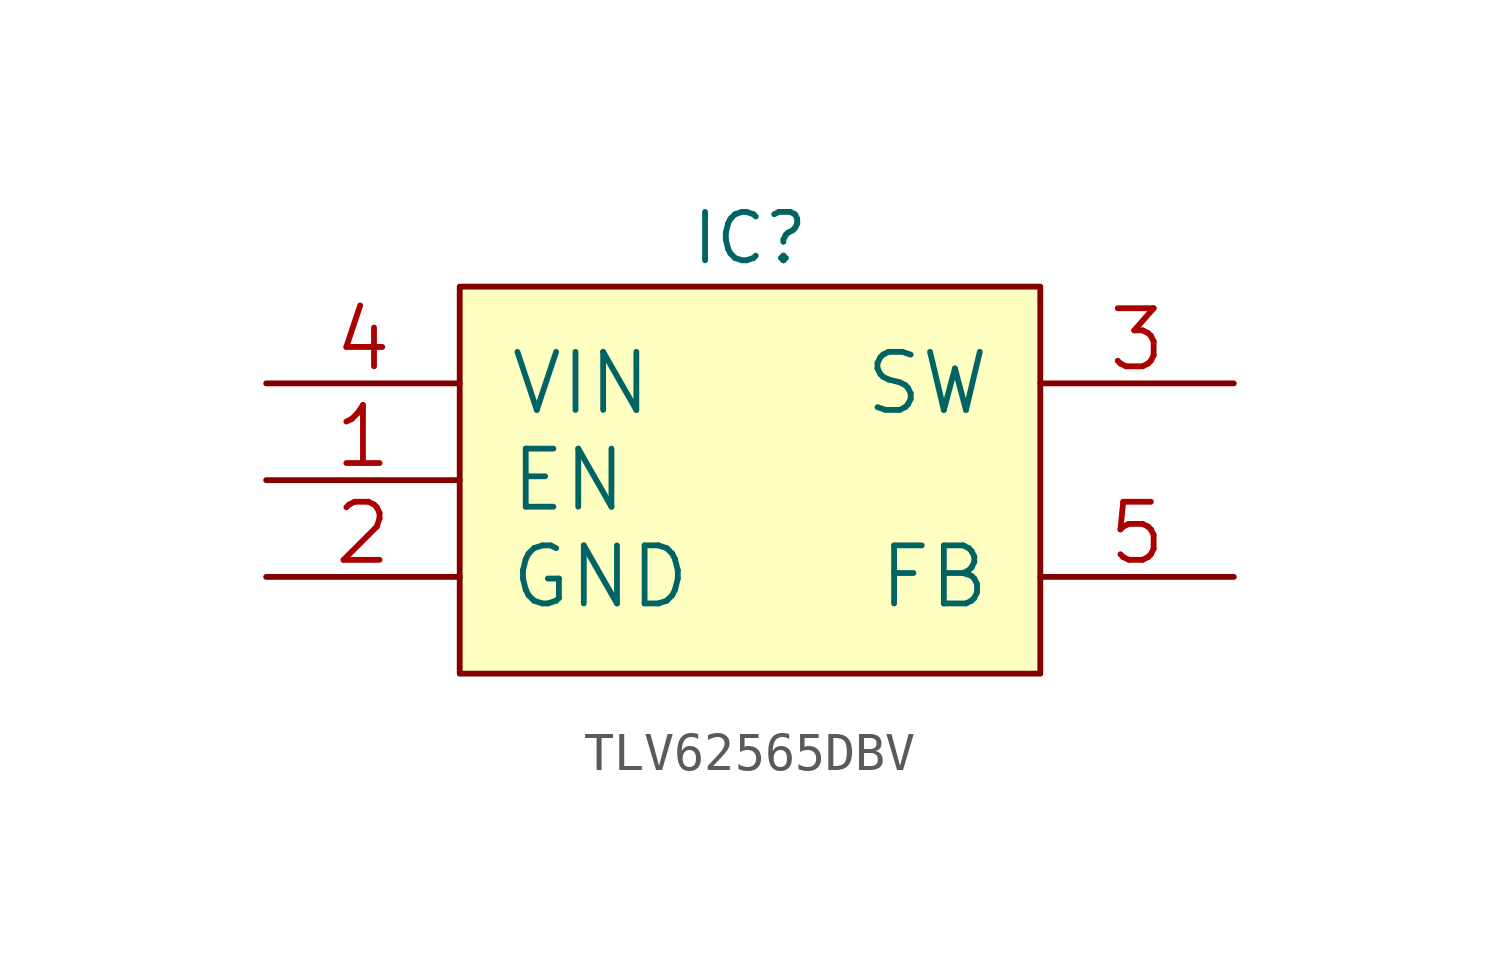
<source format=kicad_sym>
(kicad_symbol_lib
  (version 20241209)
  (generator "kicad_symbol_editor")
  (generator_version "9.0")
  (symbol "TLV62565DBV"
    (pin_names
      (offset 1.27))
    (property "Reference" "IC"
      (at 7.62 1.27 0)
      (effects (font (size 1.27 1.27))))
    (property "ki_locked" ""
      (at 0 0 0)
      (effects (font (size 1.27 1.27))))
    (symbol "TLV62565DBV_0_1"
      (rectangle (start 0 -10.16) (end 15.24 0) (stroke (width 0) (type default)) (fill (type background)))
      (pin input line (at -5.08 -2.54 0) (length 5.08) (name "VIN" (effects (font (size 1.524 1.524)))) (number "4" (effects (font (size 1.524 1.524)))))
      (pin input line (at -5.08 -5.08 0) (length 5.08) (name "EN" (effects (font (size 1.524 1.524)))) (number "1" (effects (font (size 1.524 1.524)))))
      (pin power_in line (at -5.08 -7.62 0) (length 5.08) (name "GND" (effects (font (size 1.524 1.524)))) (number "2" (effects (font (size 1.524 1.524)))))
      (pin power_out line (at 20.32 -2.54 180) (length 5.08) (name "SW" (effects (font (size 1.524 1.524)))) (number "3" (effects (font (size 1.524 1.524)))))
      (pin input line (at 20.32 -7.62 180) (length 5.08) (name "FB" (effects (font (size 1.524 1.524)))) (number "5" (effects (font (size 1.524 1.524))))))))
</source>
